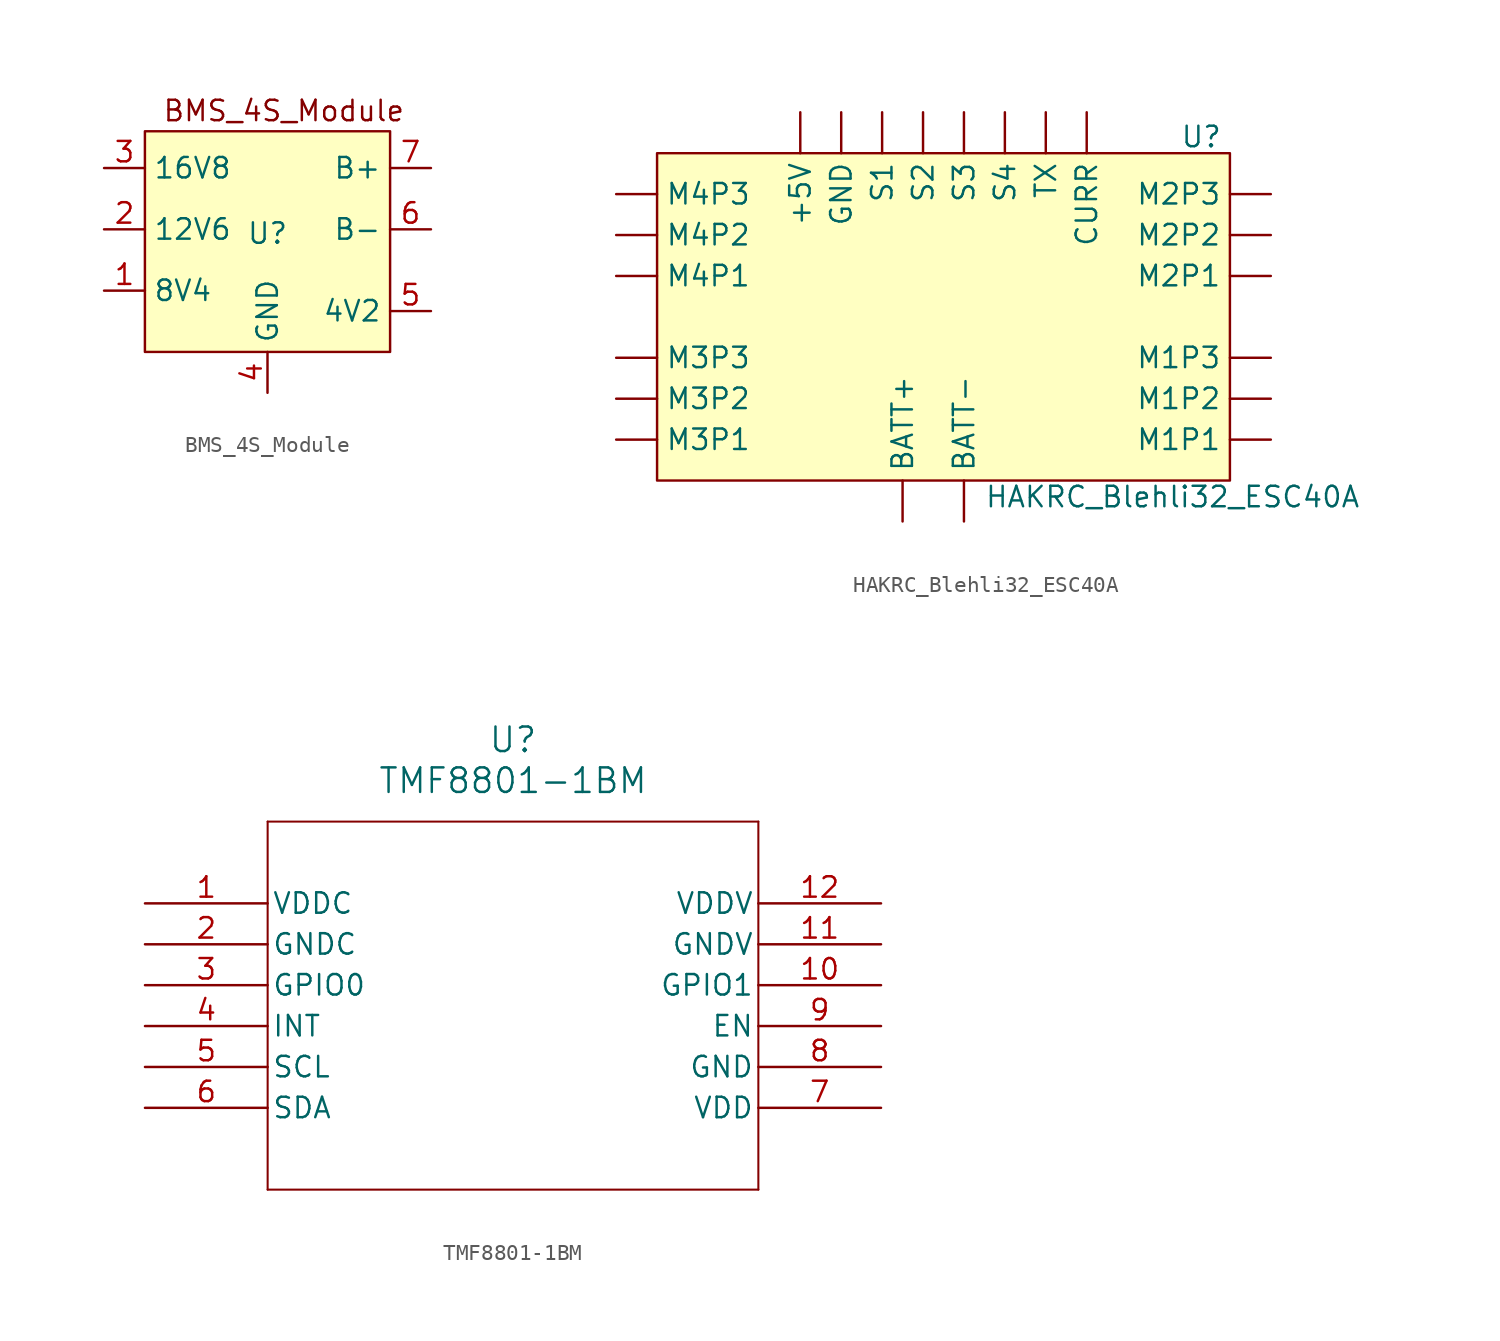
<source format=kicad_sym>
(kicad_symbol_lib
  (version 20241209)
  (generator "kicad_symbol_editor")
  (generator_version "9.0")
  (symbol "BMS_4S_Module"
    (property "Reference" "U"
      (at 0 -0.254 0)
      (effects (font (size 1.27 1.27))))
    (property "Value" ""
      (at 0 0 0)
      (effects (font (size 1.27 1.27))))
    (symbol "BMS_4S_Module_1_1"
      (rectangle (start -7.62 6.096) (end 7.62 -7.62) (stroke (width 0) (type solid)) (fill (type background)))
      (text "BMS_4S_Module\n" (at 1.016 7.366 0) (effects (font (size 1.27 1.27))))
      (pin power_in line (at -10.16 3.81 0) (length 2.54) (name "16V8" (effects (font (size 1.27 1.27)))) (number "3" (effects (font (size 1.27 1.27)))))
      (pin power_in line (at -10.16 0 0) (length 2.54) (name "12V6" (effects (font (size 1.27 1.27)))) (number "2" (effects (font (size 1.27 1.27)))))
      (pin power_in line (at -10.16 -3.81 0) (length 2.54) (name "8V4" (effects (font (size 1.27 1.27)))) (number "1" (effects (font (size 1.27 1.27)))))
      (pin passive line (at 0 -10.16 90) (length 2.54) (name "GND" (effects (font (size 1.27 1.27)))) (number "4" (effects (font (size 1.27 1.27)))))
      (pin power_in line (at 10.16 3.81 180) (length 2.54) (name "B+" (effects (font (size 1.27 1.27)))) (number "7" (effects (font (size 1.27 1.27)))))
      (pin passive line (at 10.16 0 180) (length 2.54) (name "B-" (effects (font (size 1.27 1.27)))) (number "6" (effects (font (size 1.27 1.27)))))
      (pin power_in line (at 10.16 -5.08 180) (length 2.54) (name "4V2" (effects (font (size 1.27 1.27)))) (number "5" (effects (font (size 1.27 1.27)))))))
  (symbol "HAKRC_Blehli32_ESC40A"
    (property "Reference" "U"
      (at 16.002 11.176 0)
      (effects (font (size 1.27 1.27))))
    (property "Value" "HAKRC_Blehli32_ESC40A"
      (at 14.224 -11.176 0)
      (effects (font (size 1.27 1.27))))
    (symbol "HAKRC_Blehli32_ESC40A_1_1"
      (rectangle (start -17.78 10.16) (end 17.78 -10.16) (stroke (width 0) (type solid)) (fill (type background)))
      (pin input line (at -20.32 7.62 0) (length 2.54) (name "M4P3" (effects (font (size 1.27 1.27)))) (number "" (effects (font (size 1.27 1.27)))))
      (pin input line (at -20.32 5.08 0) (length 2.54) (name "M4P2" (effects (font (size 1.27 1.27)))) (number "" (effects (font (size 1.27 1.27)))))
      (pin input line (at -20.32 2.54 0) (length 2.54) (name "M4P1" (effects (font (size 1.27 1.27)))) (number "" (effects (font (size 1.27 1.27)))))
      (pin input line (at -20.32 -2.54 0) (length 2.54) (name "M3P3" (effects (font (size 1.27 1.27)))) (number "" (effects (font (size 1.27 1.27)))))
      (pin input line (at -20.32 -5.08 0) (length 2.54) (name "M3P2" (effects (font (size 1.27 1.27)))) (number "" (effects (font (size 1.27 1.27)))))
      (pin input line (at -20.32 -7.62 0) (length 2.54) (name "M3P1" (effects (font (size 1.27 1.27)))) (number "" (effects (font (size 1.27 1.27)))))
      (pin power_out line (at -8.89 12.7 270) (length 2.54) (name "+5V" (effects (font (size 1.27 1.27)))) (number "" (effects (font (size 1.27 1.27)))))
      (pin power_in line (at -6.35 12.7 270) (length 2.54) (name "GND" (effects (font (size 1.27 1.27)))) (number "" (effects (font (size 1.27 1.27)))))
      (pin input line (at -3.81 12.7 270) (length 2.54) (name "S1" (effects (font (size 1.27 1.27)))) (number "" (effects (font (size 1.27 1.27)))))
      (pin input line (at -2.54 -12.7 90) (length 2.54) (name "BATT+" (effects (font (size 1.27 1.27)))) (number "" (effects (font (size 1.27 1.27)))))
      (pin input line (at -1.27 12.7 270) (length 2.54) (name "S2" (effects (font (size 1.27 1.27)))) (number "" (effects (font (size 1.27 1.27)))))
      (pin input line (at 1.27 12.7 270) (length 2.54) (name "S3" (effects (font (size 1.27 1.27)))) (number "" (effects (font (size 1.27 1.27)))))
      (pin input line (at 1.27 -12.7 90) (length 2.54) (name "BATT-" (effects (font (size 1.27 1.27)))) (number "" (effects (font (size 1.27 1.27)))))
      (pin input line (at 3.81 12.7 270) (length 2.54) (name "S4" (effects (font (size 1.27 1.27)))) (number "" (effects (font (size 1.27 1.27)))))
      (pin output line (at 6.35 12.7 270) (length 2.54) (name "TX" (effects (font (size 1.27 1.27)))) (number "" (effects (font (size 1.27 1.27)))))
      (pin output line (at 8.89 12.7 270) (length 2.54) (name "CURR" (effects (font (size 1.27 1.27)))) (number "" (effects (font (size 1.27 1.27)))))
      (pin input line (at 20.32 7.62 180) (length 2.54) (name "M2P3" (effects (font (size 1.27 1.27)))) (number "" (effects (font (size 1.27 1.27)))))
      (pin input line (at 20.32 5.08 180) (length 2.54) (name "M2P2" (effects (font (size 1.27 1.27)))) (number "" (effects (font (size 1.27 1.27)))))
      (pin input line (at 20.32 2.54 180) (length 2.54) (name "M2P1" (effects (font (size 1.27 1.27)))) (number "" (effects (font (size 1.27 1.27)))))
      (pin input line (at 20.32 -2.54 180) (length 2.54) (name "M1P3" (effects (font (size 1.27 1.27)))) (number "" (effects (font (size 1.27 1.27)))))
      (pin input line (at 20.32 -5.08 180) (length 2.54) (name "M1P2" (effects (font (size 1.27 1.27)))) (number "" (effects (font (size 1.27 1.27)))))
      (pin input line (at 20.32 -7.62 180) (length 2.54) (name "M1P1" (effects (font (size 1.27 1.27)))) (number "" (effects (font (size 1.27 1.27)))))))
  (symbol "TMF8801-1BM"
    (pin_names
      (offset 0.254))
    (property "Reference" "U"
      (at 22.86 10.16 0)
      (effects (font (size 1.524 1.524))))
    (property "Value" "TMF8801-1BM"
      (at 22.86 7.62 0)
      (effects (font (size 1.524 1.524))))
    (property "ki_locked" ""
      (at 0 0 0)
      (effects (font (size 1.27 1.27))))
    (symbol "TMF8801-1BM_0_1"
      (polyline (pts (xy 7.62 5.08) (xy 7.62 -17.78)) (stroke (width 0.127) (type default)) (fill (type none)))
      (polyline (pts (xy 7.62 -17.78) (xy 38.1 -17.78)) (stroke (width 0.127) (type default)) (fill (type none)))
      (polyline (pts (xy 38.1 5.08) (xy 7.62 5.08)) (stroke (width 0.127) (type default)) (fill (type none)))
      (polyline (pts (xy 38.1 -17.78) (xy 38.1 5.08)) (stroke (width 0.127) (type default)) (fill (type none)))
      (pin unspecified line (at 0 0 0) (length 7.62) (name "VDDC" (effects (font (size 1.27 1.27)))) (number "1" (effects (font (size 1.27 1.27)))))
      (pin unspecified line (at 0 -2.54 0) (length 7.62) (name "GNDC" (effects (font (size 1.27 1.27)))) (number "2" (effects (font (size 1.27 1.27)))))
      (pin unspecified line (at 0 -5.08 0) (length 7.62) (name "GPIO0" (effects (font (size 1.27 1.27)))) (number "3" (effects (font (size 1.27 1.27)))))
      (pin unspecified line (at 0 -7.62 0) (length 7.62) (name "INT" (effects (font (size 1.27 1.27)))) (number "4" (effects (font (size 1.27 1.27)))))
      (pin unspecified line (at 0 -10.16 0) (length 7.62) (name "SCL" (effects (font (size 1.27 1.27)))) (number "5" (effects (font (size 1.27 1.27)))))
      (pin unspecified line (at 0 -12.7 0) (length 7.62) (name "SDA" (effects (font (size 1.27 1.27)))) (number "6" (effects (font (size 1.27 1.27)))))
      (pin unspecified line (at 45.72 0 180) (length 7.62) (name "VDDV" (effects (font (size 1.27 1.27)))) (number "12" (effects (font (size 1.27 1.27)))))
      (pin unspecified line (at 45.72 -2.54 180) (length 7.62) (name "GNDV" (effects (font (size 1.27 1.27)))) (number "11" (effects (font (size 1.27 1.27)))))
      (pin unspecified line (at 45.72 -5.08 180) (length 7.62) (name "GPIO1" (effects (font (size 1.27 1.27)))) (number "10" (effects (font (size 1.27 1.27)))))
      (pin unspecified line (at 45.72 -7.62 180) (length 7.62) (name "EN" (effects (font (size 1.27 1.27)))) (number "9" (effects (font (size 1.27 1.27)))))
      (pin unspecified line (at 45.72 -10.16 180) (length 7.62) (name "GND" (effects (font (size 1.27 1.27)))) (number "8" (effects (font (size 1.27 1.27)))))
      (pin unspecified line (at 45.72 -12.7 180) (length 7.62) (name "VDD" (effects (font (size 1.27 1.27)))) (number "7" (effects (font (size 1.27 1.27))))))))
</source>
